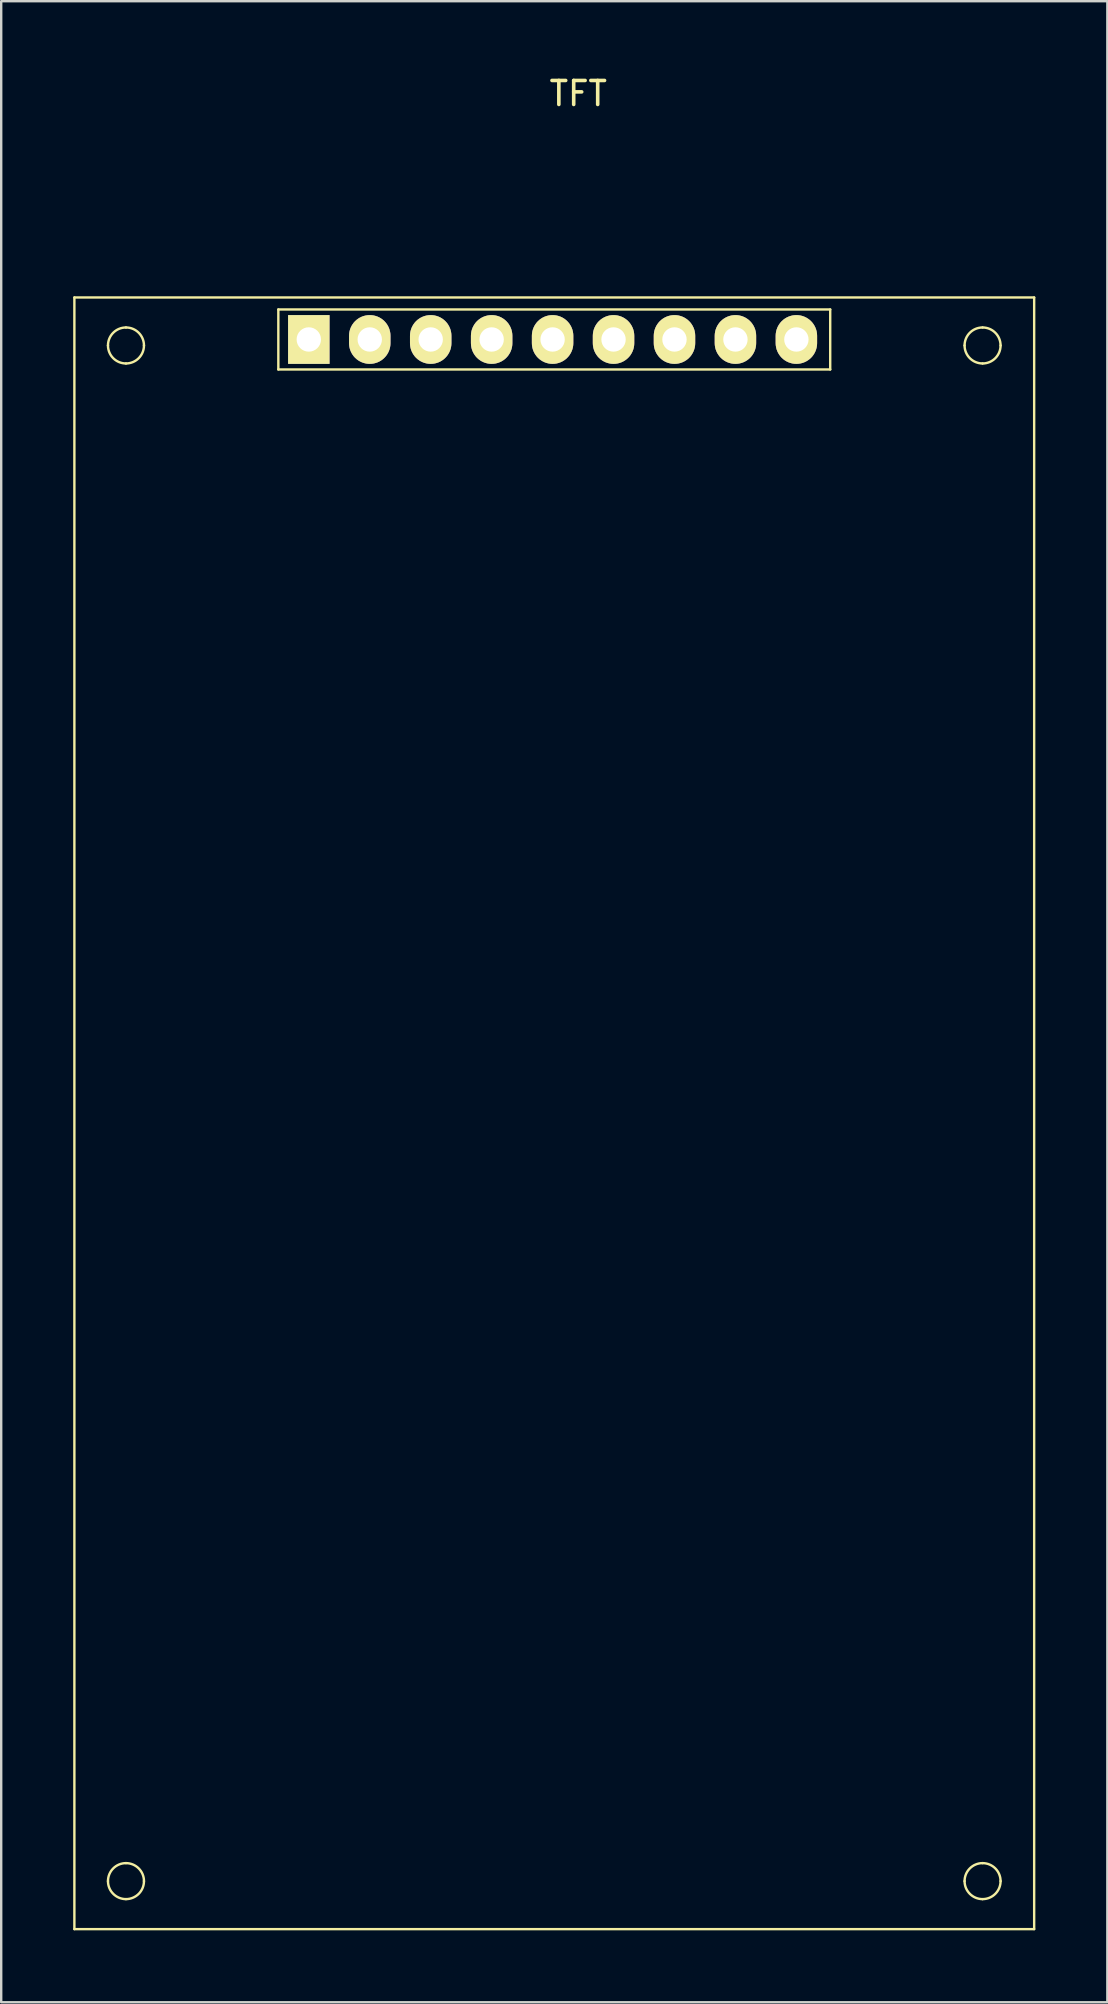
<source format=kicad_pcb>
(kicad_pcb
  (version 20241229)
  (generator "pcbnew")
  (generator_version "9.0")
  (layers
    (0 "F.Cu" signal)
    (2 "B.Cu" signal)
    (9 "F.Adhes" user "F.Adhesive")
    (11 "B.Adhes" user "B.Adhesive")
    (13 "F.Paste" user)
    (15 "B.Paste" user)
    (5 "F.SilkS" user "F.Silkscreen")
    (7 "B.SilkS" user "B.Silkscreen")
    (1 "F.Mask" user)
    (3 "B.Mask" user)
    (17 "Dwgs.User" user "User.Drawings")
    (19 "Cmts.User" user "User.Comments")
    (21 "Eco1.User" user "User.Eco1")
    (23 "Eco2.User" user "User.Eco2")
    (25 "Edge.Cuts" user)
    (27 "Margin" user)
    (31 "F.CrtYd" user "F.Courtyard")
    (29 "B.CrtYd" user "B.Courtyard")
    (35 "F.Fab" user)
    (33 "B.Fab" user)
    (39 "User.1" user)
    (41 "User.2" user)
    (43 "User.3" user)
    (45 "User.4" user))
  (footprint "TFT"
    (layer "F.Cu")
    (at 20.05 43.348)
    (property "Reference" "TFT" (at 1 -42.5 0) (layer "F.SilkS") (effects (font (size 1 1) (thickness 0.15))))
    (attr through_hole)
    (fp_line (start -20 -34) (end -20 34) (stroke (width 0.1) (type solid)) (layer "F.SilkS"))
    (fp_line (start -20 34) (end 20 34) (stroke (width 0.1) (type solid)) (layer "F.SilkS"))
    (fp_line (start -11.5 -33.5) (end 11.5 -33.5) (stroke (width 0.1) (type solid)) (layer "F.SilkS"))
    (fp_line (start -11.5 -31) (end -11.5 -33.5) (stroke (width 0.1) (type solid)) (layer "F.SilkS"))
    (fp_line (start 11.5 -33.5) (end 11.5 -31) (stroke (width 0.1) (type solid)) (layer "F.SilkS"))
    (fp_line (start 11.5 -31) (end -11.5 -31) (stroke (width 0.1) (type solid)) (layer "F.SilkS"))
    (fp_line (start 20 -34) (end -20 -34) (stroke (width 0.1) (type solid)) (layer "F.SilkS"))
    (fp_line (start 20 34) (end 20 -34) (stroke (width 0.1) (type solid)) (layer "F.SilkS"))
    (fp_arc (start -18.6 -32) (mid -18.38033 -32.53033) (end -17.85 -32.75) (stroke (width 0.1) (type solid)) (layer "F.SilkS"))
    (fp_arc (start -18.6 32) (mid -18.38033 31.46967) (end -17.85 31.25) (stroke (width 0.1) (type solid)) (layer "F.SilkS"))
    (fp_arc (start -17.85 -32.75) (mid -17.31967 -32.53033) (end -17.1 -32) (stroke (width 0.1) (type solid)) (layer "F.SilkS"))
    (fp_arc (start -17.85 -31.25) (mid -18.38033 -31.46967) (end -18.6 -32) (stroke (width 0.1) (type solid)) (layer "F.SilkS"))
    (fp_arc (start -17.85 31.25) (mid -17.31967 31.46967) (end -17.1 32) (stroke (width 0.1) (type solid)) (layer "F.SilkS"))
    (fp_arc (start -17.85 32.75) (mid -18.38033 32.53033) (end -18.6 32) (stroke (width 0.1) (type solid)) (layer "F.SilkS"))
    (fp_arc (start -17.1 -32) (mid -17.31967 -31.46967) (end -17.85 -31.25) (stroke (width 0.1) (type solid)) (layer "F.SilkS"))
    (fp_arc (start -17.1 32) (mid -17.31967 32.53033) (end -17.85 32.75) (stroke (width 0.1) (type solid)) (layer "F.SilkS"))
    (fp_arc (start 17.1 -32) (mid 17.31967 -32.53033) (end 17.85 -32.75) (stroke (width 0.1) (type solid)) (layer "F.SilkS"))
    (fp_arc (start 17.1 32) (mid 17.31967 31.46967) (end 17.85 31.25) (stroke (width 0.1) (type solid)) (layer "F.SilkS"))
    (fp_arc (start 17.85 -32.75) (mid 18.38033 -32.53033) (end 18.6 -32) (stroke (width 0.1) (type solid)) (layer "F.SilkS"))
    (fp_arc (start 17.85 -31.25) (mid 17.31967 -31.46967) (end 17.1 -32) (stroke (width 0.1) (type solid)) (layer "F.SilkS"))
    (fp_arc (start 17.85 31.25) (mid 18.38033 31.46967) (end 18.6 32) (stroke (width 0.1) (type solid)) (layer "F.SilkS"))
    (fp_arc (start 17.85 32.75) (mid 17.31967 32.53033) (end 17.1 32) (stroke (width 0.1) (type solid)) (layer "F.SilkS"))
    (fp_arc (start 18.6 -32) (mid 18.38033 -31.46967) (end 17.85 -31.25) (stroke (width 0.1) (type solid)) (layer "F.SilkS"))
    (fp_arc (start 18.6 32) (mid 18.38033 32.53033) (end 17.85 32.75) (stroke (width 0.1) (type solid)) (layer "F.SilkS"))
    (pad "1" thru_hole rect (at -10.23 -32.25 90) (size 2.032 1.727) (drill 1.016) (layers "*.Cu" "*.Mask" "F.SilkS"))
    (pad "2" thru_hole oval (at -7.69 -32.25 90) (size 2.032 1.727) (drill 1.016) (layers "*.Cu" "*.Mask" "F.SilkS"))
    (pad "2" thru_hole oval (at -5.15 -32.25 90) (size 2.032 1.727) (drill 1.016) (layers "*.Cu" "*.Mask" "F.SilkS"))
    (pad "2" thru_hole oval (at -2.61 -32.25 90) (size 2.032 1.727) (drill 1.016) (layers "*.Cu" "*.Mask" "F.SilkS"))
    (pad "2" thru_hole oval (at -0.07 -32.25 90) (size 2.032 1.727) (drill 1.016) (layers "*.Cu" "*.Mask" "F.SilkS"))
    (pad "2" thru_hole oval (at 2.47 -32.25 90) (size 2.032 1.727) (drill 1.016) (layers "*.Cu" "*.Mask" "F.SilkS"))
    (pad "2" thru_hole oval (at 5.01 -32.25 90) (size 2.032 1.727) (drill 1.016) (layers "*.Cu" "*.Mask" "F.SilkS"))
    (pad "2" thru_hole oval (at 7.55 -32.25 90) (size 2.032 1.727) (drill 1.016) (layers "*.Cu" "*.Mask" "F.SilkS"))
    (pad "2" thru_hole oval (at 10.09 -32.25 90) (size 2.032 1.727) (drill 1.016) (layers "*.Cu" "*.Mask" "F.SilkS")))
  (gr_rect
    (start -3 -3)
    (end 43.1 80.398)
    (stroke (width 0.1) (type default))
    (fill no)
    (layer "Edge.Cuts")))
</source>
